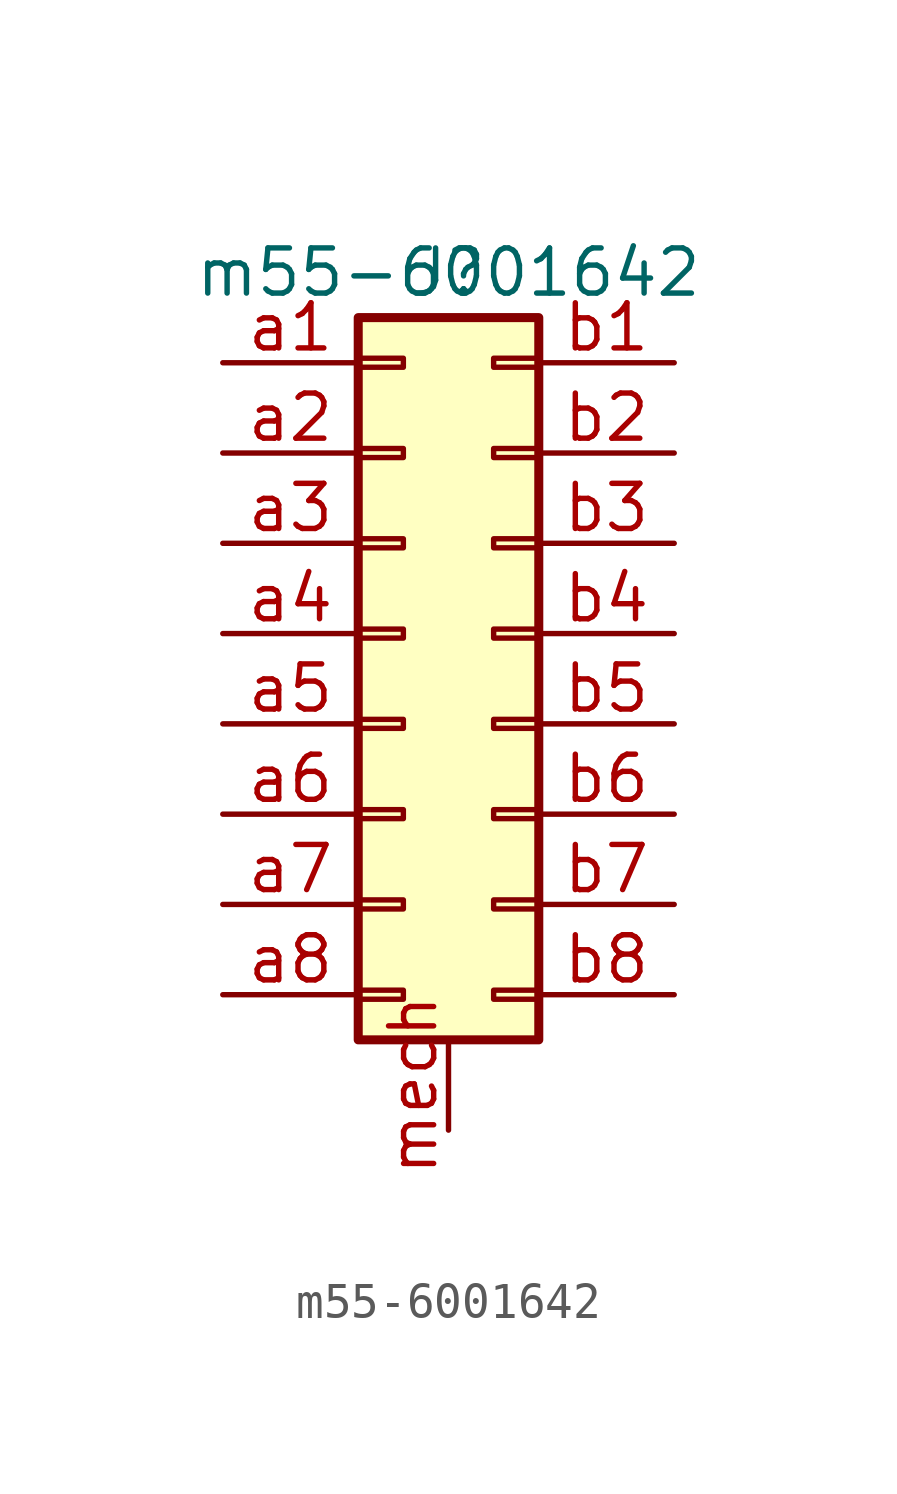
<source format=kicad_sym>
(kicad_symbol_lib
  (version 20241209)
  (generator "kicad_symbol_editor")
  (generator_version "9.0")
  (symbol "m55-6001642"
    (pin_names
      (hide yes))
    (property "Reference" "J"
      (at 0 0 0)
      (effects (font (size 1.27 1.27))))
    (property "Value" "m55-6001642"
      (at 0 0 0)
      (effects (font (size 1.27 1.27))))
    (symbol "m55-6001642_1_1"
      (rectangle (start -2.54 -1.27) (end 2.54 -21.59) (stroke (width 0.254) (type default)) (fill (type background)))
      (rectangle (start -2.54 -2.413) (end -1.27 -2.667) (stroke (width 0.152) (type default)) (fill (type none)))
      (rectangle (start -2.54 -4.953) (end -1.27 -5.207) (stroke (width 0.152) (type default)) (fill (type none)))
      (rectangle (start -2.54 -7.493) (end -1.27 -7.747) (stroke (width 0.152) (type default)) (fill (type none)))
      (rectangle (start -2.54 -10.033) (end -1.27 -10.287) (stroke (width 0.152) (type default)) (fill (type none)))
      (rectangle (start -2.54 -12.573) (end -1.27 -12.827) (stroke (width 0.152) (type default)) (fill (type none)))
      (rectangle (start -2.54 -15.113) (end -1.27 -15.367) (stroke (width 0.152) (type default)) (fill (type none)))
      (rectangle (start -2.54 -17.653) (end -1.27 -17.907) (stroke (width 0.152) (type default)) (fill (type none)))
      (rectangle (start -2.54 -20.193) (end -1.27 -20.447) (stroke (width 0.152) (type default)) (fill (type none)))
      (rectangle (start 2.54 -2.413) (end 1.27 -2.667) (stroke (width 0.152) (type default)) (fill (type none)))
      (rectangle (start 2.54 -4.953) (end 1.27 -5.207) (stroke (width 0.152) (type default)) (fill (type none)))
      (rectangle (start 2.54 -7.493) (end 1.27 -7.747) (stroke (width 0.152) (type default)) (fill (type none)))
      (rectangle (start 2.54 -10.033) (end 1.27 -10.287) (stroke (width 0.152) (type default)) (fill (type none)))
      (rectangle (start 2.54 -12.573) (end 1.27 -12.827) (stroke (width 0.152) (type default)) (fill (type none)))
      (rectangle (start 2.54 -15.113) (end 1.27 -15.367) (stroke (width 0.152) (type default)) (fill (type none)))
      (rectangle (start 2.54 -17.653) (end 1.27 -17.907) (stroke (width 0.152) (type default)) (fill (type none)))
      (rectangle (start 2.54 -20.193) (end 1.27 -20.447) (stroke (width 0.152) (type default)) (fill (type none)))
      (pin passive line (at -6.35 -2.54 0) (length 3.81) (name "Pin_a1" (effects (font (size 1.27 1.27)))) (number "a1" (effects (font (size 1.27 1.27)))))
      (pin passive line (at -6.35 -5.08 0) (length 3.81) (name "Pin_a2" (effects (font (size 1.27 1.27)))) (number "a2" (effects (font (size 1.27 1.27)))))
      (pin passive line (at -6.35 -7.62 0) (length 3.81) (name "Pin_a3" (effects (font (size 1.27 1.27)))) (number "a3" (effects (font (size 1.27 1.27)))))
      (pin passive line (at -6.35 -10.16 0) (length 3.81) (name "Pin_a4" (effects (font (size 1.27 1.27)))) (number "a4" (effects (font (size 1.27 1.27)))))
      (pin passive line (at -6.35 -12.7 0) (length 3.81) (name "Pin_a5" (effects (font (size 1.27 1.27)))) (number "a5" (effects (font (size 1.27 1.27)))))
      (pin passive line (at -6.35 -15.24 0) (length 3.81) (name "Pin_a6" (effects (font (size 1.27 1.27)))) (number "a6" (effects (font (size 1.27 1.27)))))
      (pin passive line (at -6.35 -17.78 0) (length 3.81) (name "Pin_a7" (effects (font (size 1.27 1.27)))) (number "a7" (effects (font (size 1.27 1.27)))))
      (pin passive line (at -6.35 -20.32 0) (length 3.81) (name "Pin_a8" (effects (font (size 1.27 1.27)))) (number "a8" (effects (font (size 1.27 1.27)))))
      (pin passive line (at 0 -24.13 90) (length 2.54) (name "" (effects (font (size 1.27 1.27)))) (number "mech" (effects (font (size 1.27 1.27)))))
      (pin passive line (at 6.35 -2.54 180) (length 3.81) (name "Pin_b1" (effects (font (size 1.27 1.27)))) (number "b1" (effects (font (size 1.27 1.27)))))
      (pin passive line (at 6.35 -5.08 180) (length 3.81) (name "Pin_b2" (effects (font (size 1.27 1.27)))) (number "b2" (effects (font (size 1.27 1.27)))))
      (pin passive line (at 6.35 -7.62 180) (length 3.81) (name "Pin_b3" (effects (font (size 1.27 1.27)))) (number "b3" (effects (font (size 1.27 1.27)))))
      (pin passive line (at 6.35 -10.16 180) (length 3.81) (name "Pin_b4" (effects (font (size 1.27 1.27)))) (number "b4" (effects (font (size 1.27 1.27)))))
      (pin passive line (at 6.35 -12.7 180) (length 3.81) (name "Pin_b5" (effects (font (size 1.27 1.27)))) (number "b5" (effects (font (size 1.27 1.27)))))
      (pin passive line (at 6.35 -15.24 180) (length 3.81) (name "Pin_b6" (effects (font (size 1.27 1.27)))) (number "b6" (effects (font (size 1.27 1.27)))))
      (pin passive line (at 6.35 -17.78 180) (length 3.81) (name "Pin_b7" (effects (font (size 1.27 1.27)))) (number "b7" (effects (font (size 1.27 1.27)))))
      (pin passive line (at 6.35 -20.32 180) (length 3.81) (name "Pin_b8" (effects (font (size 1.27 1.27)))) (number "b8" (effects (font (size 1.27 1.27))))))))
</source>
